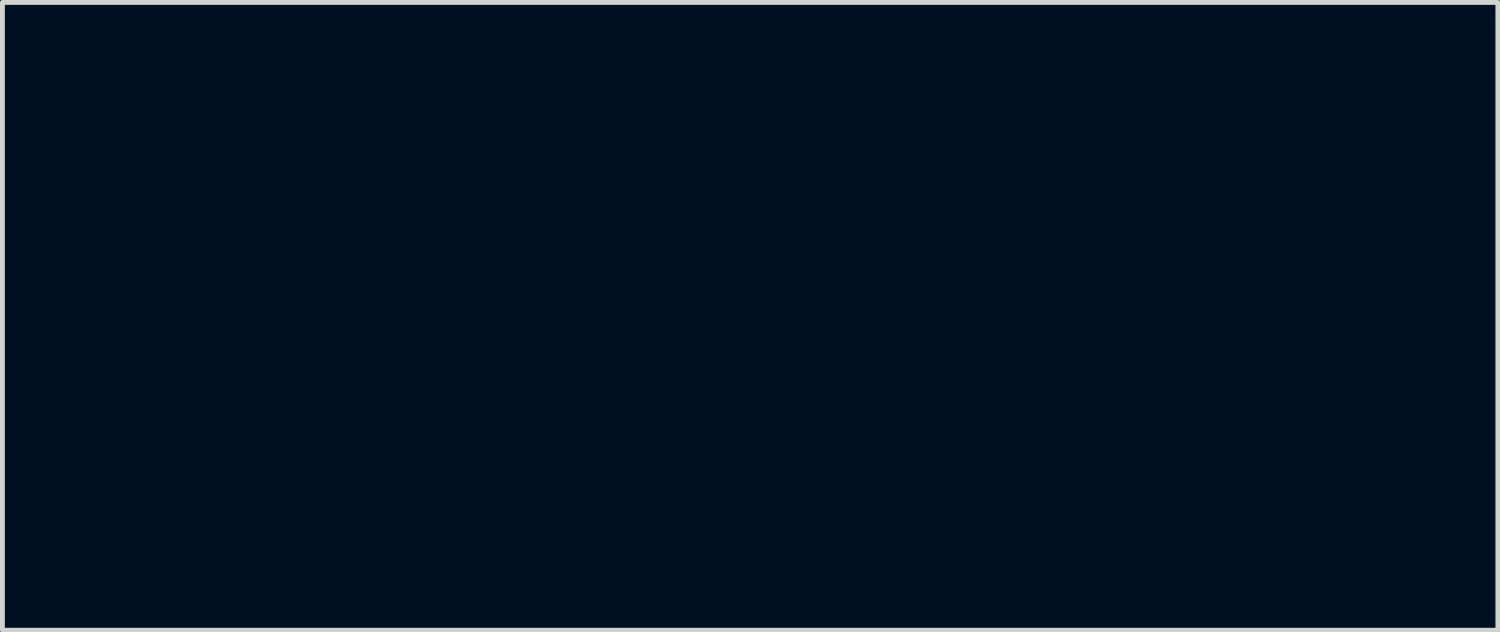
<source format=kicad_pcb>
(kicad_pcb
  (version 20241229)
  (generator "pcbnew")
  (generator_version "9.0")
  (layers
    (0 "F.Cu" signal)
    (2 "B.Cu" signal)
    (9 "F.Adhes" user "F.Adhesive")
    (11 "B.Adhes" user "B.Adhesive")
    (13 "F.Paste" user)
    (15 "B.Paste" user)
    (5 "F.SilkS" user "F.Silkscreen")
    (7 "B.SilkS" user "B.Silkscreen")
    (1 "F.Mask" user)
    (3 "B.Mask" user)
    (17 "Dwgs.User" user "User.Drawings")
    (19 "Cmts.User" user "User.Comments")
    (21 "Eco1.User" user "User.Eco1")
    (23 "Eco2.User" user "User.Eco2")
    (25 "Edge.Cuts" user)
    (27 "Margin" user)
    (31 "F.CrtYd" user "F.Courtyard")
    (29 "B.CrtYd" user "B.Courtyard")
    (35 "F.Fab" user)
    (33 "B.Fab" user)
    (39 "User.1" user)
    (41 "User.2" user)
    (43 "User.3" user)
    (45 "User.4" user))
  (footprint "logo_graphic"
    (layer "F.Cu")
    (at 17.252 1.418)
    (property "Reference" "logo_graphic" (at 0 0 0) (layer "B.Mask") (effects (font (size 1.524 1.524) (thickness 0.3))))
    (attr through_hole)
    (fp_poly (pts (xy -1.206 2.921) (xy -3.207 2.921) (xy -3.207 2.731) (xy -1.206 2.731) (xy -1.206 2.921)) (stroke (width 0.01) (type solid)) (fill yes) (layer "B.Mask"))
    (fp_poly (pts (xy -3.104 1.754) (xy -0.683 1.762) (xy -0.674 3.5) (xy -0.666 5.239) (xy -5.524 5.239) (xy -5.524 5.048) (xy -5.366 5.048) (xy -0.857 5.048) (xy -0.857 1.936) (xy -3.104 1.944) (xy -5.35 1.953) (xy -5.358 3.5) (xy -5.366 5.048) (xy -5.524 5.048) (xy -5.524 1.746) (xy -3.104 1.754)) (stroke (width 0.01) (type solid)) (fill yes) (layer "B.Mask"))
    (fp_poly (pts (xy -4.865 2.798) (xy -4.805 2.818) (xy -4.717 2.855) (xy -4.595 2.912) (xy -4.432 2.992) (xy -4.222 3.096) (xy -4.118 3.148) (xy -3.913 3.251) (xy -3.729 3.344) (xy -3.571 3.426) (xy -3.448 3.49) (xy -3.367 3.535) (xy -3.334 3.555) (xy -3.334 3.556) (xy -3.362 3.57) (xy -3.441 3.602) (xy -3.56 3.649) (xy -3.711 3.707) (xy -3.883 3.773) (xy -4.068 3.843) (xy -4.256 3.913) (xy -4.437 3.98) (xy -4.602 4.041) (xy -4.742 4.091) (xy -4.847 4.127) (xy -4.908 4.147) (xy -4.909 4.147) (xy -4.965 4.145) (xy -4.995 4.092) (xy -4.995 4.091) (xy -5.002 4.027) (xy -4.992 3.998) (xy -4.956 3.981) (xy -4.87 3.947) (xy -4.744 3.898) (xy -4.586 3.839) (xy -4.406 3.772) (xy -4.381 3.763) (xy -4.201 3.697) (xy -4.041 3.637) (xy -3.913 3.589) (xy -3.824 3.555) (xy -3.784 3.539) (xy -3.783 3.538) (xy -3.806 3.522) (xy -3.879 3.481) (xy -3.992 3.421) (xy -4.138 3.346) (xy -4.309 3.259) (xy -4.378 3.224) (xy -4.557 3.134) (xy -4.715 3.051) (xy -4.844 2.982) (xy -4.935 2.93) (xy -4.981 2.9) (xy -4.985 2.895) (xy -4.968 2.851) (xy -4.943 2.813) (xy -4.928 2.798) (xy -4.904 2.792) (xy -4.865 2.798)) (stroke (width 0.01) (type solid)) (fill yes) (layer "B.Mask"))
    (fp_poly (pts (xy -0.349 5.524) (xy -6.795 5.524) (xy -6.795 1.556) (xy -7.334 1.556) (xy -7.334 5.493) (xy -8.319 5.493) (xy -8.319 1.556) (xy -8.636 1.556) (xy -8.636 5.493) (xy -9.112 5.493) (xy -9.112 3.461) (xy -9.702 3.461) (xy -11.216 4.334) (xy -11.5 4.499) (xy -11.769 4.653) (xy -12.017 4.796) (xy -12.239 4.923) (xy -12.43 5.031) (xy -12.584 5.119) (xy -12.697 5.183) (xy -12.763 5.219) (xy -12.778 5.227) (xy -12.795 5.226) (xy -12.808 5.203) (xy -12.818 5.151) (xy -12.825 5.06) (xy -12.83 4.924) (xy -12.834 4.733) (xy -12.834 4.694) (xy -12.843 4.143) (xy -13.069 4.123) (xy -13.241 4.098) (xy -13.397 4.05) (xy -13.545 3.975) (xy -13.692 3.867) (xy -13.842 3.721) (xy -14.004 3.533) (xy -14.183 3.295) (xy -14.313 3.111) (xy -14.432 2.942) (xy -14.513 2.832) (xy -14.287 2.832) (xy -14.089 3.121) (xy -13.901 3.379) (xy -13.728 3.583) (xy -13.562 3.737) (xy -13.394 3.847) (xy -13.219 3.919) (xy -13.028 3.957) (xy -12.914 3.965) (xy -12.827 3.969) (xy -12.827 3.378) (xy -12.636 3.378) (xy -12.636 3.684) (xy -12.635 3.97) (xy -12.633 4.23) (xy -12.631 4.457) (xy -12.628 4.646) (xy -12.625 4.791) (xy -12.622 4.884) (xy -12.618 4.921) (xy -12.618 4.921) (xy -12.587 4.906) (xy -12.507 4.862) (xy -12.383 4.792) (xy -12.22 4.7) (xy -12.023 4.588) (xy -11.799 4.459) (xy -11.552 4.317) (xy -11.288 4.165) (xy -11.267 4.154) (xy -11.003 4.001) (xy -10.758 3.857) (xy -10.536 3.726) (xy -10.342 3.61) (xy -10.183 3.513) (xy -10.063 3.437) (xy -9.987 3.387) (xy -9.961 3.364) (xy -9.961 3.364) (xy -9.994 3.342) (xy -10.076 3.293) (xy -10.199 3.221) (xy -10.358 3.128) (xy -10.545 3.02) (xy -10.753 2.899) (xy -10.977 2.769) (xy -11.21 2.636) (xy -11.444 2.501) (xy -11.673 2.369) (xy -11.891 2.245) (xy -12.09 2.131) (xy -12.264 2.032) (xy -12.407 1.951) (xy -12.511 1.893) (xy -12.571 1.861) (xy -12.581 1.856) (xy -12.594 1.854) (xy -12.604 1.862) (xy -12.613 1.885) (xy -12.62 1.929) (xy -12.625 1.998) (xy -12.63 2.098) (xy -12.632 2.233) (xy -12.634 2.409) (xy -12.636 2.632) (xy -12.636 2.905) (xy -12.636 3.236) (xy -12.636 3.378) (xy -12.827 3.378) (xy -12.827 2.922) (xy -13.406 2.928) (xy -13.632 2.929) (xy -13.804 2.927) (xy -13.934 2.92) (xy -14.032 2.909) (xy -14.108 2.892) (xy -14.136 2.883) (xy -14.287 2.832) (xy -14.513 2.832) (xy -14.552 2.78) (xy -14.663 2.635) (xy -14.755 2.521) (xy -14.811 2.459) (xy -15.001 2.301) (xy -15.213 2.184) (xy -15.429 2.116) (xy -15.498 2.106) (xy -15.642 2.109) (xy -15.755 2.155) (xy -15.849 2.252) (xy -15.911 2.359) (xy -15.962 2.488) (xy -16.011 2.665) (xy -16.054 2.877) (xy -16.09 3.107) (xy -16.114 3.341) (xy -16.117 3.384) (xy -16.138 3.704) (xy -15.957 3.777) (xy -15.726 3.904) (xy -15.532 4.081) (xy -15.378 4.306) (xy -15.268 4.575) (xy -15.263 4.588) (xy -15.237 4.682) (xy -15.233 4.736) (xy -15.253 4.772) (xy -15.295 4.806) (xy -15.338 4.836) (xy -15.377 4.847) (xy -15.431 4.839) (xy -15.515 4.809) (xy -15.59 4.78) (xy -15.818 4.664) (xy -16.005 4.513) (xy -16.142 4.334) (xy -16.171 4.28) (xy -16.248 4.118) (xy -16.285 4.231) (xy -16.36 4.376) (xy -16.482 4.519) (xy -16.635 4.646) (xy -16.774 4.728) (xy -16.925 4.796) (xy -17.032 4.835) (xy -17.107 4.846) (xy -17.162 4.832) (xy -17.201 4.802) (xy -17.235 4.763) (xy -17.247 4.724) (xy -17.237 4.664) (xy -17.223 4.616) (xy -17.036 4.616) (xy -17.017 4.628) (xy -16.978 4.618) (xy -16.898 4.587) (xy -16.812 4.549) (xy -16.647 4.433) (xy -16.515 4.273) (xy -16.446 4.136) (xy -16.404 4.018) (xy -16.392 3.964) (xy -16.09 3.964) (xy -16.067 4.044) (xy -16.034 4.136) (xy -15.93 4.328) (xy -15.778 4.478) (xy -15.621 4.57) (xy -15.518 4.614) (xy -15.463 4.63) (xy -15.446 4.616) (xy -15.456 4.573) (xy -15.462 4.557) (xy -15.573 4.328) (xy -15.716 4.148) (xy -15.9 4.007) (xy -15.971 3.968) (xy -16.045 3.934) (xy -16.083 3.93) (xy -16.09 3.964) (xy -16.392 3.964) (xy -16.389 3.951) (xy -16.404 3.928) (xy -16.452 3.941) (xy -16.509 3.968) (xy -16.707 4.096) (xy -16.862 4.261) (xy -16.983 4.471) (xy -17.019 4.559) (xy -17.036 4.616) (xy -17.223 4.616) (xy -17.209 4.569) (xy -17.116 4.326) (xy -16.997 4.133) (xy -16.842 3.976) (xy -16.641 3.843) (xy -16.555 3.798) (xy -16.33 3.688) (xy -16.292 3.294) (xy -16.25 2.946) (xy -16.195 2.657) (xy -16.127 2.42) (xy -16.043 2.233) (xy -15.942 2.09) (xy -15.868 2.019) (xy -15.793 1.959) (xy -15.735 1.912) (xy -15.726 1.905) (xy -15.657 1.88) (xy -15.547 1.874) (xy -15.414 1.885) (xy -15.277 1.913) (xy -15.196 1.938) (xy -15.079 1.995) (xy -14.938 2.09) (xy -14.767 2.227) (xy -14.696 2.288) (xy -14.51 2.445) (xy -14.347 2.565) (xy -14.195 2.653) (xy -14.04 2.712) (xy -13.871 2.746) (xy -13.673 2.76) (xy -13.435 2.757) (xy -13.229 2.747) (xy -12.827 2.724) (xy -12.827 2.124) (xy -12.826 1.937) (xy -12.822 1.773) (xy -12.816 1.644) (xy -12.809 1.557) (xy -12.8 1.524) (xy -12.8 1.524) (xy -12.768 1.539) (xy -12.686 1.584) (xy -12.56 1.655) (xy -12.394 1.749) (xy -12.193 1.863) (xy -11.962 1.995) (xy -11.707 2.142) (xy -11.433 2.3) (xy -11.252 2.405) (xy -9.731 3.286) (xy -9.327 3.297) (xy -8.922 3.307) (xy -8.922 4.305) (xy -8.921 4.586) (xy -8.92 4.81) (xy -8.918 4.983) (xy -8.914 5.111) (xy -8.909 5.201) (xy -8.901 5.258) (xy -8.891 5.29) (xy -8.879 5.302) (xy -8.874 5.302) (xy -8.864 5.296) (xy -8.856 5.276) (xy -8.849 5.236) (xy -8.843 5.172) (xy -8.838 5.081) (xy -8.834 4.956) (xy -8.832 4.795) (xy -8.829 4.592) (xy -8.828 4.342) (xy -8.827 4.042) (xy -8.827 3.687) (xy -8.826 3.334) (xy -8.826 1.365) (xy -8.128 1.365) (xy -8.128 5.302) (xy -7.525 5.302) (xy -7.525 1.365) (xy -6.636 1.365) (xy -6.636 5.334) (xy -5.874 5.334) (xy -5.874 3.381) (xy -5.874 2.977) (xy -5.873 2.631) (xy -5.872 2.34) (xy -5.871 2.099) (xy -5.868 1.904) (xy -5.865 1.749) (xy -5.861 1.631) (xy -5.856 1.545) (xy -5.854 1.524) (xy -5.683 1.524) (xy -5.683 5.334) (xy -0.508 5.334) (xy -0.508 1.524) (xy -5.683 1.524) (xy -5.854 1.524) (xy -5.85 1.486) (xy -5.843 1.45) (xy -5.834 1.433) (xy -5.826 1.429) (xy -5.784 1.403) (xy -5.779 1.381) (xy -5.773 1.373) (xy -5.754 1.365) (xy -5.717 1.359) (xy -5.658 1.353) (xy -5.575 1.349) (xy -5.462 1.345) (xy -5.317 1.342) (xy -5.134 1.339) (xy -4.912 1.337) (xy -4.644 1.336) (xy -4.329 1.335) (xy -3.961 1.334) (xy -3.538 1.334) (xy -3.064 1.333) (xy -0.349 1.333) (xy -0.349 5.524)) (stroke (width 0.01) (type solid)) (fill yes) (layer "B.Mask")))
  (gr_rect
    (start -3 -3)
    (end 27.843 9.948)
    (stroke (width 0.1) (type default))
    (fill no)
    (layer "Edge.Cuts")))
</source>
